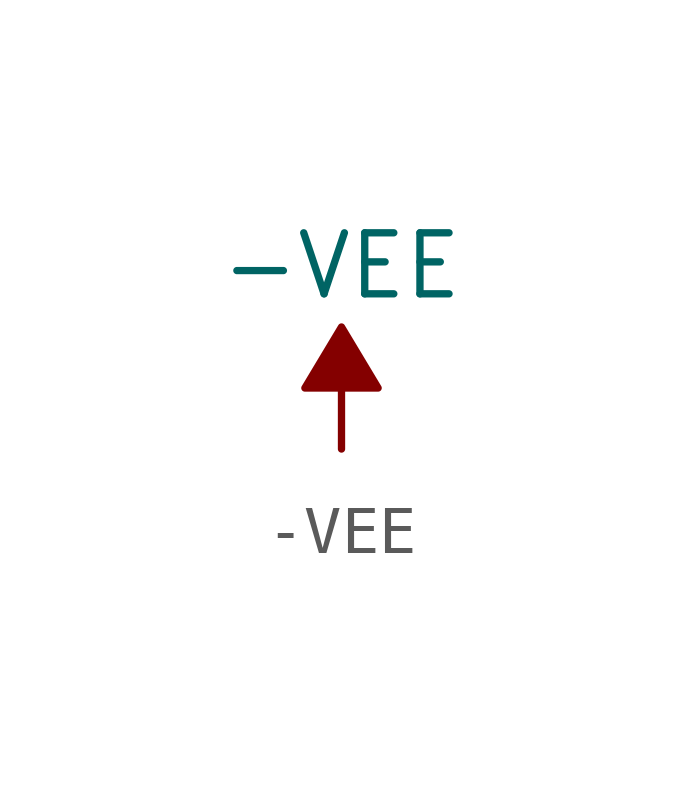
<source format=kicad_sym>
(kicad_symbol_lib
  (version 20231120)
  (generator "kicad_symbol_editor")
  (generator_version "8.0")
  (symbol "-VEE"
    (power)
    (pin_numbers hide)
    (pin_names
      (offset 0) hide)
    (property "Reference" "#PWR"
      (at 0 2.54 0)
      (effects (font (size 1.27 1.27)) (hide yes)))
    (property "Value" "-VEE"
      (at 0 3.81 0)
      (effects (font (size 1.27 1.27))))
    (symbol "-VEE_0_0"
      (pin power_in line (at 0 0 90) (length 0) hide (name "-10V" (effects (font (size 1.27 1.27)))) (number "1" (effects (font (size 1.27 1.27))))))
    (symbol "-VEE_0_1"
      (polyline (pts (xy 0 0) (xy 0 1.27) (xy 0.762 1.27) (xy 0 2.54) (xy -0.762 1.27) (xy 0 1.27)) (stroke (width 0) (type solid)) (fill (type outline))))))
</source>
